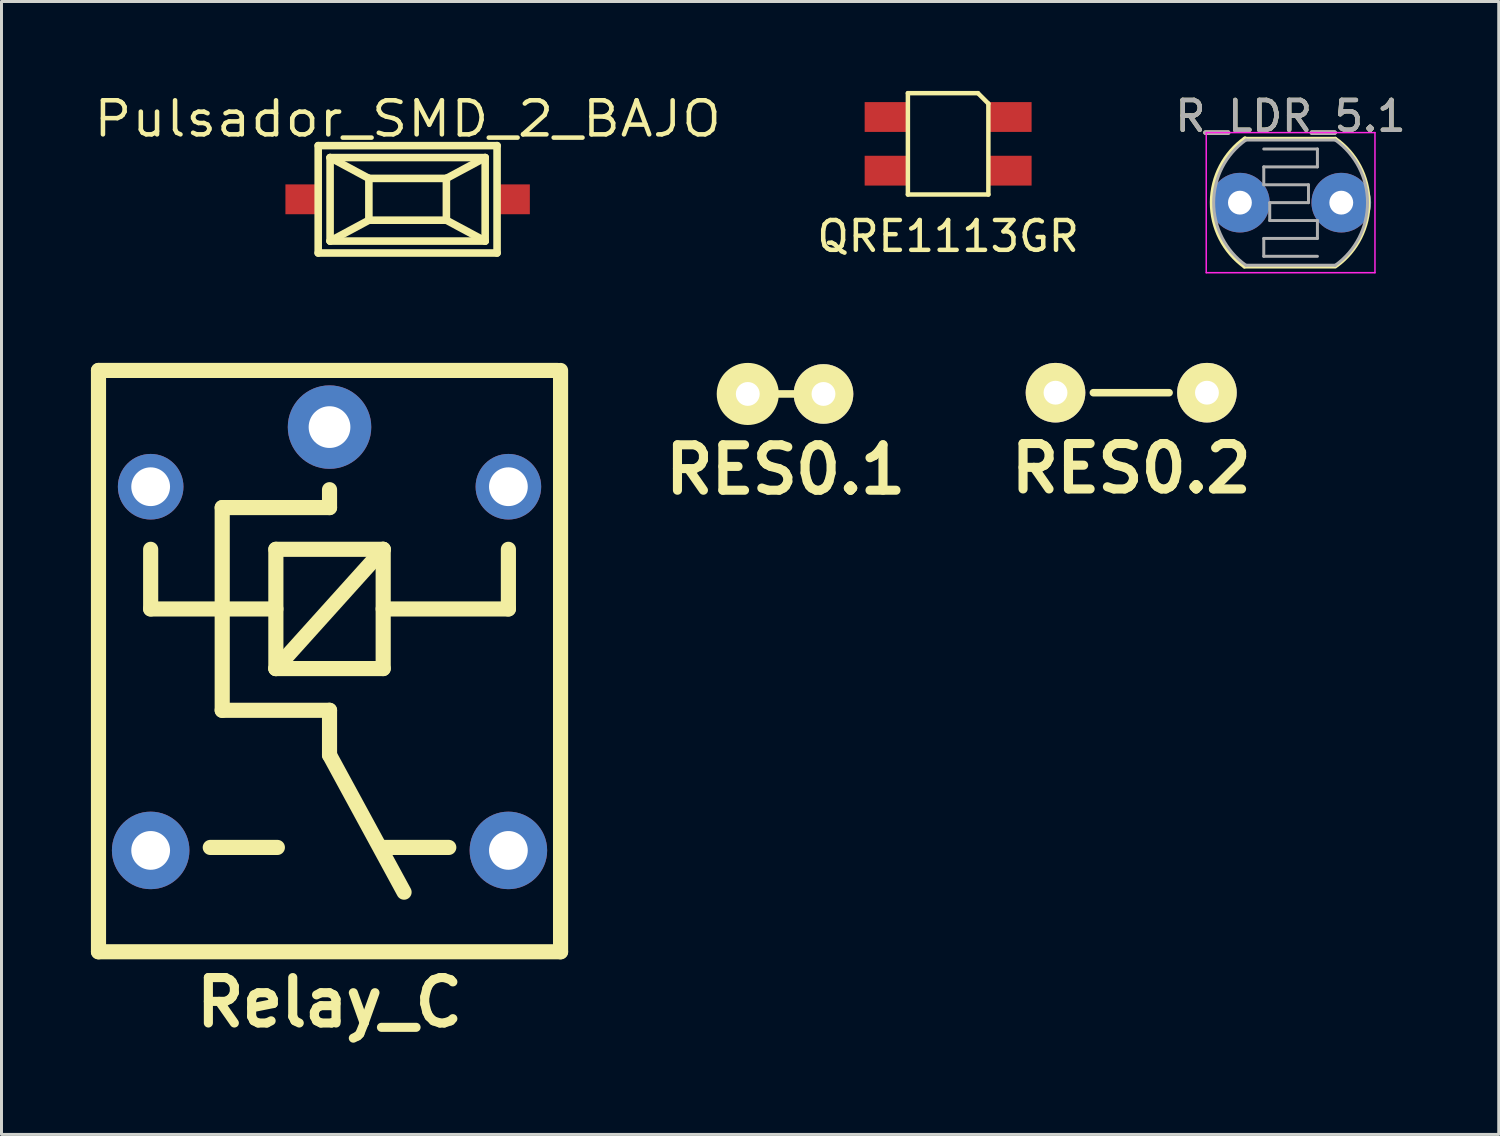
<source format=kicad_pcb>
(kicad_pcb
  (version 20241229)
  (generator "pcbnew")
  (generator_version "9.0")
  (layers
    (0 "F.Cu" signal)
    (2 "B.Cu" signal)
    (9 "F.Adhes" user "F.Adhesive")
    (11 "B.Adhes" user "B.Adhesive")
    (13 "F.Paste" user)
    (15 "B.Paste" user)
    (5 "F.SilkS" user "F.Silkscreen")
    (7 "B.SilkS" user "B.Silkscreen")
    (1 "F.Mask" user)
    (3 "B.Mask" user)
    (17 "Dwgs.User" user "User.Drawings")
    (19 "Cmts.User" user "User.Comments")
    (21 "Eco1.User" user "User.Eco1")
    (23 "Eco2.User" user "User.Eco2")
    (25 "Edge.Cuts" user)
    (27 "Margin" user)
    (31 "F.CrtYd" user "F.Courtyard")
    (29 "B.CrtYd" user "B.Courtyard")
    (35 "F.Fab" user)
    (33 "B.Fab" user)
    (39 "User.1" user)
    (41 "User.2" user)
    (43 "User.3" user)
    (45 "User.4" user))
  (footprint "Relay_C"
    (layer "F.Cu")
    (at 8.004 19.377)
    (property "Reference" "Relay_C" (at 0 11.2 0) (layer "F.SilkS") (effects (font (size 1.524 1.524) (thickness 0.305))))
    (attr through_hole)
    (fp_line (start -7.75 -10) (end -7.75 9.5) (stroke (width 0.508) (type solid)) (layer "F.SilkS"))
    (fp_line (start -7.75 -10) (end 7.65 -10) (stroke (width 0.508) (type solid)) (layer "F.SilkS"))
    (fp_line (start -7.75 9.5) (end 7.75 9.5) (stroke (width 0.508) (type solid)) (layer "F.SilkS"))
    (fp_line (start -6 -4) (end -6 -2) (stroke (width 0.508) (type solid)) (layer "F.SilkS"))
    (fp_line (start -3.6 1.4) (end -3.6 -5.4) (stroke (width 0.508) (type solid)) (layer "F.SilkS"))
    (fp_line (start -1.8 -4) (end 1.8 -4) (stroke (width 0.508) (type solid)) (layer "F.SilkS"))
    (fp_line (start -1.8 -2) (end -6 -2) (stroke (width 0.508) (type solid)) (layer "F.SilkS"))
    (fp_line (start -1.8 0) (end -1.8 -4) (stroke (width 0.508) (type solid)) (layer "F.SilkS"))
    (fp_line (start -1.8 0) (end 1.8 -4) (stroke (width 0.508) (type solid)) (layer "F.SilkS"))
    (fp_line (start -1.75 6) (end -4 6) (stroke (width 0.508) (type solid)) (layer "F.SilkS"))
    (fp_line (start 0 -6) (end 0 -5.4) (stroke (width 0.508) (type solid)) (layer "F.SilkS"))
    (fp_line (start 0 -5.4) (end -3.6 -5.4) (stroke (width 0.508) (type solid)) (layer "F.SilkS"))
    (fp_line (start 0 1.4) (end -3.6 1.4) (stroke (width 0.508) (type solid)) (layer "F.SilkS"))
    (fp_line (start 0 1.4) (end 0 2.9) (stroke (width 0.508) (type solid)) (layer "F.SilkS"))
    (fp_line (start 0 2.9) (end 2.5 7.5) (stroke (width 0.508) (type solid)) (layer "F.SilkS"))
    (fp_line (start 1.8 -4) (end 1.8 0) (stroke (width 0.508) (type solid)) (layer "F.SilkS"))
    (fp_line (start 1.8 0) (end -1.8 0) (stroke (width 0.508) (type solid)) (layer "F.SilkS"))
    (fp_line (start 4 6) (end 1.75 6) (stroke (width 0.508) (type solid)) (layer "F.SilkS"))
    (fp_line (start 6 -4) (end 6 -2) (stroke (width 0.508) (type solid)) (layer "F.SilkS"))
    (fp_line (start 6 -2) (end 1.8 -2) (stroke (width 0.508) (type solid)) (layer "F.SilkS"))
    (fp_line (start 7.75 -10) (end 7.75 9.5) (stroke (width 0.508) (type solid)) (layer "F.SilkS"))
    (pad "1" thru_hole circle (at 0 -8.1) (size 2.8 2.8) (drill 1.4) (layers "*.Cu" "*.Mask"))
    (pad "2" thru_hole circle (at -6 -6.1) (size 2.2 2.2) (drill 1.3) (layers "*.Cu" "*.Mask"))
    (pad "3" thru_hole circle (at -6 6.1) (size 2.6 2.6) (drill 1.3) (layers "*.Cu" "*.Mask"))
    (pad "4" thru_hole circle (at 6 6.1) (size 2.6 2.6) (drill 1.3) (layers "*.Cu" "*.Mask"))
    (pad "5" thru_hole circle (at 6 -6.1) (size 2.2 2.2) (drill 1.3) (layers "*.Cu" "*.Mask")))
  (footprint "RES0.1"
    (layer "F.Cu")
    (at 23.304 10.165)
    (property "Reference" "RES0.1" (at 0 2.54 0) (layer "F.SilkS") (effects (font (size 1.524 1.524) (thickness 0.305))))
    (attr through_hole)
    (fp_line (start -1.27 0) (end 1.27 0) (stroke (width 0.254) (type solid)) (layer "F.SilkS"))
    (fp_circle (center -1.27 0) (end -2.159 0) (stroke (width 0.305) (type solid)) (fill no) (layer "F.SilkS"))
    (pad "1" thru_hole circle (at -1.27 0) (size 1.999 1.999) (drill 0.8) (layers "*.Cu" "*.Mask" "F.SilkS"))
    (pad "2" thru_hole circle (at 1.27 0) (size 1.999 1.999) (drill 0.8) (layers "*.Cu" "*.Mask" "F.SilkS")))
  (footprint "RES0.2"
    (layer "F.Cu")
    (at 34.897 10.123)
    (property "Reference" "RES0.2" (at 0 2.54 0) (layer "F.SilkS") (effects (font (size 1.524 1.524) (thickness 0.305))))
    (attr through_hole)
    (fp_line (start -1.27 0) (end 1.27 0) (stroke (width 0.254) (type solid)) (layer "F.SilkS"))
    (fp_circle (center -2.54 0) (end -2.159 0) (stroke (width 0.305) (type solid)) (fill no) (layer "F.SilkS"))
    (pad "1" thru_hole circle (at -2.54 0) (size 1.999 1.999) (drill 0.8) (layers "*.Cu" "*.Mask" "F.SilkS"))
    (pad "2" thru_hole circle (at 2.54 0) (size 1.999 1.999) (drill 0.8) (layers "*.Cu" "*.Mask" "F.SilkS")))
  (footprint "QRE1113GR"
    (layer "F.Cu")
    (at 28.755 1.775)
    (property "Reference" "QRE1113GR" (at 0 3.1 0) (layer "F.SilkS") (effects (font (size 1 1) (thickness 0.15))))
    (attr through_hole)
    (fp_line (start -1.35 -1.7) (end 1 -1.7) (stroke (width 0.15) (type solid)) (layer "F.SilkS"))
    (fp_line (start -1.35 1.7) (end -1.35 -1.7) (stroke (width 0.15) (type solid)) (layer "F.SilkS"))
    (fp_line (start 1 -1.7) (end 1.35 -1.35) (stroke (width 0.15) (type solid)) (layer "F.SilkS"))
    (fp_line (start 1.35 -1.35) (end 1.35 1.7) (stroke (width 0.15) (type solid)) (layer "F.SilkS"))
    (fp_line (start 1.35 1.7) (end -1.35 1.7) (stroke (width 0.15) (type solid)) (layer "F.SilkS"))
    (pad "1" smd rect (at 2.1 -0.9) (size 1.4 1) (layers "F.Cu" "F.Mask" "F.Paste"))
    (pad "2" smd rect (at -2.1 -0.9) (size 1.4 1) (layers "F.Cu" "F.Mask" "F.Paste"))
    (pad "3" smd rect (at -2.1 0.9) (size 1.4 1) (layers "F.Cu" "F.Mask" "F.Paste"))
    (pad "4" smd rect (at 2.1 0.9) (size 1.4 1) (layers "F.Cu" "F.Mask" "F.Paste")))
  (footprint "R_LDR_5.1"
    (layer "F.Cu")
    (at 38.543 3.748)
    (property "Reference" "R_LDR_5.1" (at 1.7 -2.9 0) (layer "F.SilkS") (effects (font (size 1 1) (thickness 0.15))))
    (attr through_hole)
    (fp_line (start 0.15 -2.15) (end 3.2 -2.15) (stroke (width 0.12) (type solid)) (layer "F.SilkS"))
    (fp_line (start 0.15 2.15) (end 3.2 2.15) (stroke (width 0.12) (type solid)) (layer "F.SilkS"))
    (fp_arc (start 0.15 2.15) (mid -0.950438 -0.013368) (end 0.171766 -2.165525) (stroke (width 0.12) (type solid)) (layer "F.SilkS"))
    (fp_arc (start 3.2 -2.15) (mid 4.321403 -0.027338) (end 3.244513 2.118249) (stroke (width 0.12) (type solid)) (layer "F.SilkS"))
    (fp_line (start -1.13 -2.35) (end -1.13 2.35) (stroke (width 0.05) (type solid)) (layer "F.CrtYd"))
    (fp_line (start -1.13 -2.35) (end 4.53 -2.35) (stroke (width 0.05) (type solid)) (layer "F.CrtYd"))
    (fp_line (start 4.53 2.35) (end -1.13 2.35) (stroke (width 0.05) (type solid)) (layer "F.CrtYd"))
    (fp_line (start 4.53 2.35) (end 4.53 -2.35) (stroke (width 0.05) (type solid)) (layer "F.CrtYd"))
    (fp_line (start 0.2 -2.1) (end 3.2 -2.1) (stroke (width 0.1) (type solid)) (layer "F.Fab"))
    (fp_line (start 0.8 -1.8) (end 2.6 -1.8) (stroke (width 0.1) (type solid)) (layer "F.Fab"))
    (fp_line (start 0.8 -1.2) (end 0.8 -0.6) (stroke (width 0.1) (type solid)) (layer "F.Fab"))
    (fp_line (start 0.8 1.2) (end 0.8 1.8) (stroke (width 0.1) (type solid)) (layer "F.Fab"))
    (fp_line (start 0.8 1.8) (end 2.6 1.8) (stroke (width 0.1) (type solid)) (layer "F.Fab"))
    (fp_line (start 1 0) (end 1 0.6) (stroke (width 0.1) (type solid)) (layer "F.Fab"))
    (fp_line (start 1 0) (end 2.3 0) (stroke (width 0.1) (type solid)) (layer "F.Fab"))
    (fp_line (start 2.3 -0.6) (end 0.8 -0.6) (stroke (width 0.1) (type solid)) (layer "F.Fab"))
    (fp_line (start 2.3 0) (end 2.3 -0.6) (stroke (width 0.1) (type solid)) (layer "F.Fab"))
    (fp_line (start 2.6 -1.8) (end 2.6 -1.2) (stroke (width 0.1) (type solid)) (layer "F.Fab"))
    (fp_line (start 2.6 -1.2) (end 0.8 -1.2) (stroke (width 0.1) (type solid)) (layer "F.Fab"))
    (fp_line (start 2.6 0.6) (end 1 0.6) (stroke (width 0.1) (type solid)) (layer "F.Fab"))
    (fp_line (start 2.6 0.6) (end 2.6 1.2) (stroke (width 0.1) (type solid)) (layer "F.Fab"))
    (fp_line (start 2.6 1.2) (end 0.8 1.2) (stroke (width 0.1) (type solid)) (layer "F.Fab"))
    (fp_line (start 3.2 2.1) (end 0.2 2.1) (stroke (width 0.1) (type solid)) (layer "F.Fab"))
    (fp_arc (start 0.2 2.1) (mid -0.880697 -0.001697) (end 0.202763 -2.101971) (stroke (width 0.1) (type solid)) (layer "F.Fab"))
    (fp_arc (start 3.2 -2.1) (mid 4.280697 0.001697) (end 3.197237 2.101971) (stroke (width 0.1) (type solid)) (layer "F.Fab"))
    (fp_text user "${REFERENCE}" (at 1.7 -2.9 0) (layer "F.Fab") (effects (font (size 1 1) (thickness 0.15))))
    (pad "1" thru_hole circle (at 0 0) (size 2 2) (drill 0.8) (layers "*.Cu" "*.Mask"))
    (pad "2" thru_hole circle (at 3.4 0) (size 2 2) (drill 0.8) (layers "*.Cu" "*.Mask")))
  (footprint "Pulsador_SMD_2_BAJO"
    (layer "F.Cu")
    (at 10.624 3.636)
    (property "Reference" "Pulsador_SMD_2_BAJO" (at 0 -2.7 0) (layer "F.SilkS") (effects (font (size 1.143 1.27) (thickness 0.152))))
    (attr through_hole)
    (fp_line (start -3 -1.801) (end 3 -1.801) (stroke (width 0.254) (type solid)) (layer "F.SilkS"))
    (fp_line (start -3 1.801) (end -3 -1.801) (stroke (width 0.254) (type solid)) (layer "F.SilkS"))
    (fp_line (start -2.601 -1.4) (end -1.3 -0.701) (stroke (width 0.254) (type solid)) (layer "F.SilkS"))
    (fp_line (start -2.601 -1.4) (end 2.601 -1.4) (stroke (width 0.254) (type solid)) (layer "F.SilkS"))
    (fp_line (start -2.601 1.4) (end -2.601 -1.4) (stroke (width 0.254) (type solid)) (layer "F.SilkS"))
    (fp_line (start -1.3 -0.701) (end 1.3 -0.701) (stroke (width 0.254) (type solid)) (layer "F.SilkS"))
    (fp_line (start -1.3 0.701) (end -2.601 1.4) (stroke (width 0.254) (type solid)) (layer "F.SilkS"))
    (fp_line (start -1.3 0.701) (end -1.3 -0.701) (stroke (width 0.254) (type solid)) (layer "F.SilkS"))
    (fp_line (start 1.3 -0.701) (end 1.3 0.701) (stroke (width 0.254) (type solid)) (layer "F.SilkS"))
    (fp_line (start 1.3 -0.701) (end 2.601 -1.4) (stroke (width 0.254) (type solid)) (layer "F.SilkS"))
    (fp_line (start 1.3 0.701) (end -1.3 0.701) (stroke (width 0.254) (type solid)) (layer "F.SilkS"))
    (fp_line (start 1.3 0.701) (end 2.601 1.4) (stroke (width 0.254) (type solid)) (layer "F.SilkS"))
    (fp_line (start 2.601 -1.4) (end 2.601 1.4) (stroke (width 0.254) (type solid)) (layer "F.SilkS"))
    (fp_line (start 2.601 1.4) (end -2.601 1.4) (stroke (width 0.254) (type solid)) (layer "F.SilkS"))
    (fp_line (start 3 -1.801) (end 3 1.801) (stroke (width 0.254) (type solid)) (layer "F.SilkS"))
    (fp_line (start 3 1.801) (end -3 1.801) (stroke (width 0.254) (type solid)) (layer "F.SilkS"))
    (pad "1" smd rect (at -3.599 0) (size 1.001 1.001) (layers "F.Cu" "F.Mask" "F.Paste"))
    (pad "2" smd rect (at 3.599 0) (size 1.001 1.001) (layers "F.Cu" "F.Mask" "F.Paste")))
  (gr_rect
    (start -3 -3)
    (end 47.225 35.004)
    (stroke (width 0.1) (type default))
    (fill no)
    (layer "Edge.Cuts")))
</source>
